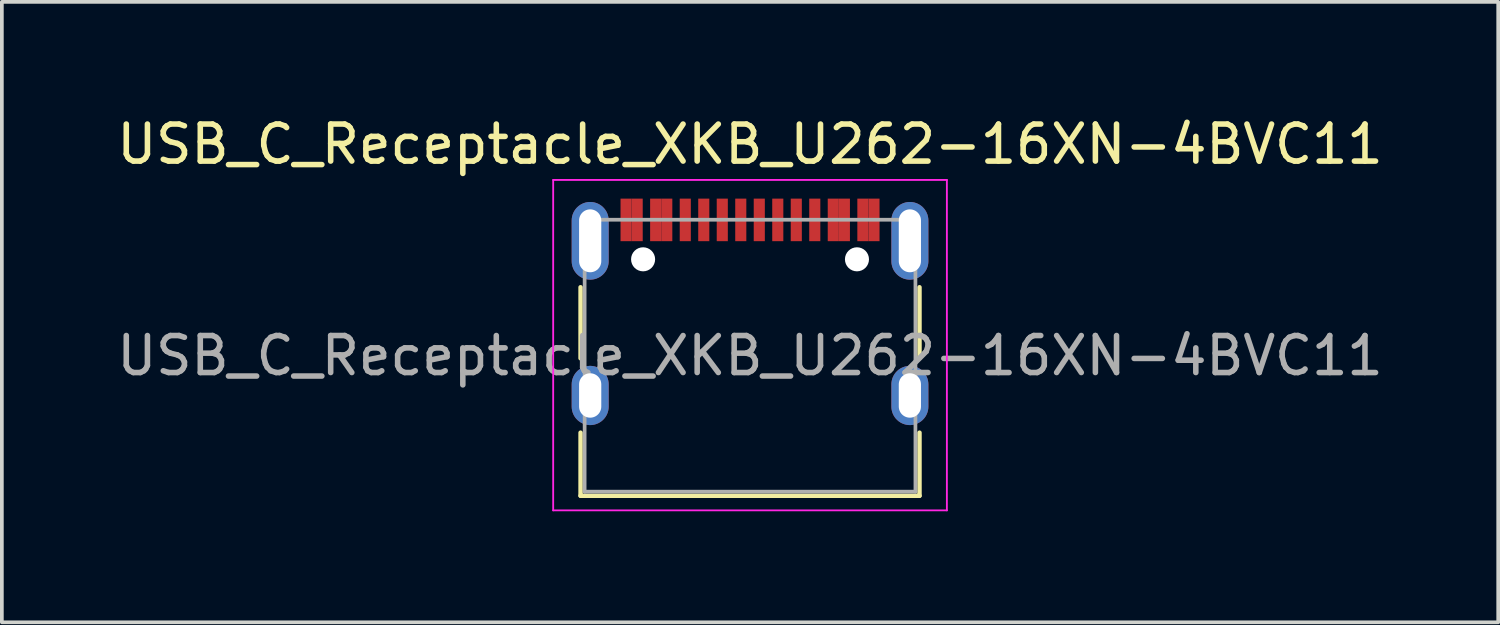
<source format=kicad_pcb>
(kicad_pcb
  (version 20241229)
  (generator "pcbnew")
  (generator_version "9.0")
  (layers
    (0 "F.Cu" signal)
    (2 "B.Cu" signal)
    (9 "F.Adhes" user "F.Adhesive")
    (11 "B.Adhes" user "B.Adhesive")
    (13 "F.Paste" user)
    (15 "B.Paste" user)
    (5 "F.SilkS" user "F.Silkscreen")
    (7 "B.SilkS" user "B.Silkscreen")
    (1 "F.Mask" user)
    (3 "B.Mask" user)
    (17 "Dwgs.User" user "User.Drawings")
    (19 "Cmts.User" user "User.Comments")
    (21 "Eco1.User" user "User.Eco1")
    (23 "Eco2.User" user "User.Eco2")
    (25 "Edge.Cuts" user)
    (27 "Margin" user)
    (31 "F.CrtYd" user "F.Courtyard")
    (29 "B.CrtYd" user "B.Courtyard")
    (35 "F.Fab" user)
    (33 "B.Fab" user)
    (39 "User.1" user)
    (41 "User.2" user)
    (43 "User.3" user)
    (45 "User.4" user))
  (footprint "USB_C_Receptacle_XKB_U262-16XN-4BVC11"
    (layer "F.Cu")
    (at 17.22 6.563)
    (property "Reference" "USB_C_Receptacle_XKB_U262-16XN-4BVC11" (at 0 -5.715 0) (layer "F.SilkS") (effects (font (size 1 1) (thickness 0.15))))
    (attr smd)
    (fp_line (start -4.58 -1.85) (end -4.58 0.07) (stroke (width 0.12) (type solid)) (layer "F.SilkS"))
    (fp_line (start -4.58 3.785) (end -4.58 2.08) (stroke (width 0.12) (type solid)) (layer "F.SilkS"))
    (fp_line (start 4.58 0.07) (end 4.58 -1.85) (stroke (width 0.12) (type solid)) (layer "F.SilkS"))
    (fp_line (start 4.58 2.08) (end 4.58 3.785) (stroke (width 0.12) (type solid)) (layer "F.SilkS"))
    (fp_line (start 4.58 3.785) (end -4.58 3.785) (stroke (width 0.12) (type solid)) (layer "F.SilkS"))
    (fp_line (start -5.32 -4.75) (end 5.32 -4.75) (stroke (width 0.05) (type solid)) (layer "F.CrtYd"))
    (fp_line (start -5.32 4.18) (end -5.32 -4.75) (stroke (width 0.05) (type solid)) (layer "F.CrtYd"))
    (fp_line (start 5.32 -4.75) (end 5.32 4.18) (stroke (width 0.05) (type solid)) (layer "F.CrtYd"))
    (fp_line (start 5.32 4.18) (end -5.32 4.18) (stroke (width 0.05) (type solid)) (layer "F.CrtYd"))
    (fp_line (start -4.47 -3.675) (end -4.47 3.675) (stroke (width 0.1) (type solid)) (layer "F.Fab"))
    (fp_line (start -4.47 -3.675) (end 4.47 -3.675) (stroke (width 0.1) (type solid)) (layer "F.Fab"))
    (fp_line (start -4.47 3.675) (end 4.47 3.675) (stroke (width 0.1) (type solid)) (layer "F.Fab"))
    (fp_line (start 4.47 3.675) (end 4.47 -3.675) (stroke (width 0.1) (type solid)) (layer "F.Fab"))
    (fp_text user "${REFERENCE}" (at 0 0 0) (layer "F.Fab") (effects (font (size 1 1) (thickness 0.15))))
    (pad "" np_thru_hole circle (at -2.89 -2.605) (size 0.65 0.65) (drill 0.65) (layers "*.Cu" "*.Mask"))
    (pad "" np_thru_hole circle (at 2.89 -2.605) (size 0.65 0.65) (drill 0.65) (layers "*.Cu" "*.Mask"))
    (pad "A1" smd rect (at -3.35 -3.67) (size 0.3 1.15) (layers "F.Cu" "F.Mask" "F.Paste"))
    (pad "A4" smd rect (at -2.55 -3.67) (size 0.3 1.15) (layers "F.Cu" "F.Mask" "F.Paste"))
    (pad "A5" smd rect (at -1.25 -3.67) (size 0.3 1.15) (layers "F.Cu" "F.Mask" "F.Paste"))
    (pad "A6" smd rect (at -0.25 -3.67) (size 0.3 1.15) (layers "F.Cu" "F.Mask" "F.Paste"))
    (pad "A7" smd rect (at 0.25 -3.67) (size 0.3 1.15) (layers "F.Cu" "F.Mask" "F.Paste"))
    (pad "A8" smd rect (at 1.25 -3.67) (size 0.3 1.15) (layers "F.Cu" "F.Mask" "F.Paste"))
    (pad "A9" smd rect (at 2.55 -3.67) (size 0.3 1.15) (layers "F.Cu" "F.Mask" "F.Paste"))
    (pad "A12" smd rect (at 3.35 -3.67) (size 0.3 1.15) (layers "F.Cu" "F.Mask" "F.Paste"))
    (pad "B1" smd rect (at 3.05 -3.67) (size 0.3 1.15) (layers "F.Cu" "F.Mask" "F.Paste"))
    (pad "B4" smd rect (at 2.25 -3.67) (size 0.3 1.15) (layers "F.Cu" "F.Mask" "F.Paste"))
    (pad "B5" smd rect (at 1.75 -3.67) (size 0.3 1.15) (layers "F.Cu" "F.Mask" "F.Paste"))
    (pad "B6" smd rect (at 0.75 -3.67) (size 0.3 1.15) (layers "F.Cu" "F.Mask" "F.Paste"))
    (pad "B7" smd rect (at -0.75 -3.67) (size 0.3 1.15) (layers "F.Cu" "F.Mask" "F.Paste"))
    (pad "B8" smd rect (at -1.75 -3.67) (size 0.3 1.15) (layers "F.Cu" "F.Mask" "F.Paste"))
    (pad "B9" smd rect (at -2.25 -3.67) (size 0.3 1.15) (layers "F.Cu" "F.Mask" "F.Paste"))
    (pad "B12" smd rect (at -3.05 -3.67) (size 0.3 1.15) (layers "F.Cu" "F.Mask" "F.Paste"))
    (pad "S1" thru_hole oval (at -4.32 -3.105) (size 1 2.1) (drill oval 0.6 1.7) (layers "*.Cu" "*.Mask"))
    (pad "S2" thru_hole oval (at 4.32 -3.105) (size 1 2.1) (drill oval 0.6 1.7) (layers "*.Cu" "*.Mask"))
    (pad "S3" thru_hole oval (at 4.32 1.075) (size 1 1.6) (drill oval 0.6 1.2) (layers "*.Cu" "*.Mask"))
    (pad "S4" thru_hole oval (at -4.32 1.075) (size 1 1.6) (drill oval 0.6 1.2) (layers "*.Cu" "*.Mask")))
  (gr_rect
    (start -3 -3)
    (end 37.44 13.768)
    (stroke (width 0.1) (type default))
    (fill no)
    (layer "Edge.Cuts")))
</source>
